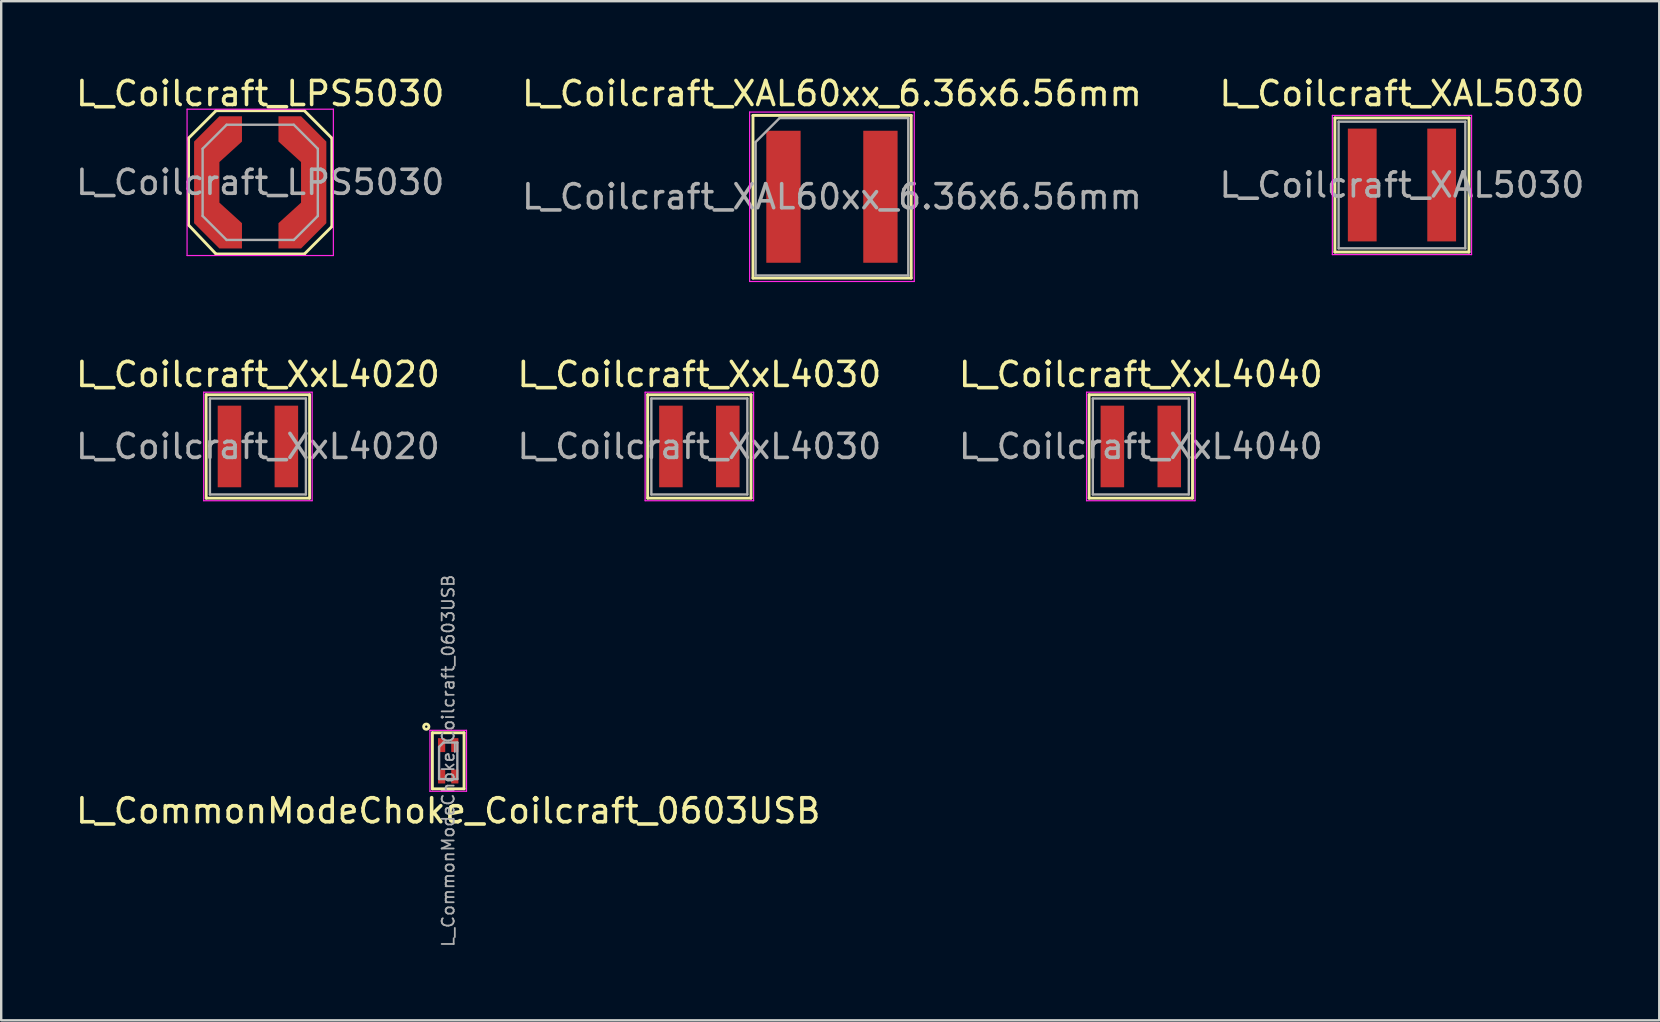
<source format=kicad_pcb>
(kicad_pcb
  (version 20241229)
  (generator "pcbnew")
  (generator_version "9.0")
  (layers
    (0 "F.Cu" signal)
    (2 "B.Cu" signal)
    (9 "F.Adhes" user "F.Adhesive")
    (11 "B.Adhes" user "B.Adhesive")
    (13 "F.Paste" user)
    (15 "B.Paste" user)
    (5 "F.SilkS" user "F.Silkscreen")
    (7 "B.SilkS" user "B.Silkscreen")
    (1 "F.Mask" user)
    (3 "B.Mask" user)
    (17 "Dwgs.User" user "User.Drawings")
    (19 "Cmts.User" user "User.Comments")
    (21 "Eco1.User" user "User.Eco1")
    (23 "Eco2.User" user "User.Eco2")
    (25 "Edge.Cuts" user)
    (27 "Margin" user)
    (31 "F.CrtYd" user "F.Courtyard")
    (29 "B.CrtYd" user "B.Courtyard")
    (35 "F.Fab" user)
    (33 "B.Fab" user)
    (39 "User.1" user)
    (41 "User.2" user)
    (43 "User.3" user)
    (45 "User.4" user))
  (footprint "L_Coilcraft_XxL4020"
    (layer "F.Cu")
    (at 7.696 15.552)
    (property "Reference" "L_Coilcraft_XxL4020" (at 0 -3 0) (layer "F.SilkS") (effects (font (size 1 1) (thickness 0.15))))
    (attr smd)
    (fp_line (start -2.159 -2.159) (end -2.154 2.154) (stroke (width 0.12) (type solid)) (layer "F.SilkS"))
    (fp_line (start -2.154 -2.154) (end 2.154 -2.154) (stroke (width 0.12) (type solid)) (layer "F.SilkS"))
    (fp_line (start 2.154 2.154) (end -2.154 2.154) (stroke (width 0.12) (type solid)) (layer "F.SilkS"))
    (fp_line (start 2.154 2.154) (end 2.154 -2.154) (stroke (width 0.12) (type solid)) (layer "F.SilkS"))
    (fp_line (start -2.26 -2.26) (end 2.26 -2.26) (stroke (width 0.05) (type solid)) (layer "F.CrtYd"))
    (fp_line (start -2.26 2.26) (end -2.26 -2.26) (stroke (width 0.05) (type solid)) (layer "F.CrtYd"))
    (fp_line (start 2.26 -2.26) (end 2.26 2.26) (stroke (width 0.05) (type solid)) (layer "F.CrtYd"))
    (fp_line (start 2.26 2.26) (end -2.26 2.26) (stroke (width 0.05) (type solid)) (layer "F.CrtYd"))
    (fp_line (start -2 -2) (end 2 -2) (stroke (width 0.1) (type solid)) (layer "F.Fab"))
    (fp_line (start -2 2) (end -2 -2) (stroke (width 0.1) (type solid)) (layer "F.Fab"))
    (fp_line (start 2 -2) (end 2 2) (stroke (width 0.1) (type solid)) (layer "F.Fab"))
    (fp_line (start 2 2) (end -2 2) (stroke (width 0.1) (type solid)) (layer "F.Fab"))
    (fp_text user "${REFERENCE}" (at 0 0 0) (layer "F.Fab") (effects (font (size 1 1) (thickness 0.15))))
    (pad "1" smd rect (at -1.185 0) (size 0.98 3.4) (layers "F.Cu" "F.Mask" "F.Paste"))
    (pad "2" smd rect (at 1.185 0) (size 0.98 3.4) (layers "F.Cu" "F.Mask" "F.Paste")))
  (footprint "L_Coilcraft_XAL5030"
    (layer "F.Cu")
    (at 55.363 4.658)
    (property "Reference" "L_Coilcraft_XAL5030" (at 0 -3.81 0) (layer "F.SilkS") (effects (font (size 1 1) (thickness 0.15))))
    (attr smd)
    (fp_line (start -2.794 -2.794) (end -2.794 2.794) (stroke (width 0.12) (type solid)) (layer "F.SilkS"))
    (fp_line (start -2.794 -2.794) (end 2.794 -2.794) (stroke (width 0.12) (type solid)) (layer "F.SilkS"))
    (fp_line (start 2.794 2.794) (end -2.794 2.794) (stroke (width 0.12) (type solid)) (layer "F.SilkS"))
    (fp_line (start 2.794 2.794) (end 2.794 -2.794) (stroke (width 0.12) (type solid)) (layer "F.SilkS"))
    (fp_line (start -2.9 -2.9) (end 2.9 -2.9) (stroke (width 0.05) (type solid)) (layer "F.CrtYd"))
    (fp_line (start -2.9 2.9) (end -2.9 -2.9) (stroke (width 0.05) (type solid)) (layer "F.CrtYd"))
    (fp_line (start 2.9 -2.9) (end 2.9 2.9) (stroke (width 0.05) (type solid)) (layer "F.CrtYd"))
    (fp_line (start 2.9 2.9) (end -2.9 2.9) (stroke (width 0.05) (type solid)) (layer "F.CrtYd"))
    (fp_line (start -2.64 -2.64) (end 2.64 -2.64) (stroke (width 0.1) (type solid)) (layer "F.Fab"))
    (fp_line (start -2.64 2.64) (end -2.64 -2.64) (stroke (width 0.1) (type solid)) (layer "F.Fab"))
    (fp_line (start 2.64 -2.64) (end 2.64 2.64) (stroke (width 0.1) (type solid)) (layer "F.Fab"))
    (fp_line (start 2.64 2.64) (end -2.64 2.64) (stroke (width 0.1) (type solid)) (layer "F.Fab"))
    (fp_text user "${REFERENCE}" (at 0 0 0) (layer "F.Fab") (effects (font (size 1 1) (thickness 0.15))))
    (pad "1" smd rect (at -1.655 0) (size 1.2 4.7) (layers "F.Cu" "F.Mask" "F.Paste"))
    (pad "2" smd rect (at 1.655 0) (size 1.2 4.7) (layers "F.Cu" "F.Mask" "F.Paste")))
  (footprint "L_Coilcraft_XxL4040"
    (layer "F.Cu")
    (at 44.482 15.552)
    (property "Reference" "L_Coilcraft_XxL4040" (at 0 -3 0) (layer "F.SilkS") (effects (font (size 1 1) (thickness 0.15))))
    (attr smd)
    (fp_line (start -2.154 -2.154) (end -2.154 2.154) (stroke (width 0.12) (type solid)) (layer "F.SilkS"))
    (fp_line (start -2.154 -2.154) (end 2.154 -2.154) (stroke (width 0.12) (type solid)) (layer "F.SilkS"))
    (fp_line (start 2.154 2.154) (end -2.154 2.154) (stroke (width 0.12) (type solid)) (layer "F.SilkS"))
    (fp_line (start 2.154 2.154) (end 2.154 -2.154) (stroke (width 0.12) (type solid)) (layer "F.SilkS"))
    (fp_line (start -2.26 -2.26) (end 2.26 -2.26) (stroke (width 0.05) (type solid)) (layer "F.CrtYd"))
    (fp_line (start -2.26 2.26) (end -2.26 -2.26) (stroke (width 0.05) (type solid)) (layer "F.CrtYd"))
    (fp_line (start 2.26 -2.26) (end 2.26 2.26) (stroke (width 0.05) (type solid)) (layer "F.CrtYd"))
    (fp_line (start 2.26 2.26) (end -2.26 2.26) (stroke (width 0.05) (type solid)) (layer "F.CrtYd"))
    (fp_line (start -2 -2) (end 2 -2) (stroke (width 0.1) (type solid)) (layer "F.Fab"))
    (fp_line (start -2 2) (end -2 -2) (stroke (width 0.1) (type solid)) (layer "F.Fab"))
    (fp_line (start 2 -2) (end 2 2) (stroke (width 0.1) (type solid)) (layer "F.Fab"))
    (fp_line (start 2 2) (end -2 2) (stroke (width 0.1) (type solid)) (layer "F.Fab"))
    (fp_text user "${REFERENCE}" (at 0 0 0) (layer "F.Fab") (effects (font (size 1 1) (thickness 0.15))))
    (pad "1" smd rect (at -1.185 0) (size 0.98 3.4) (layers "F.Cu" "F.Mask" "F.Paste"))
    (pad "2" smd rect (at 1.185 0) (size 0.98 3.4) (layers "F.Cu" "F.Mask" "F.Paste")))
  (footprint "L_Coilcraft_XxL4030"
    (layer "F.Cu")
    (at 26.089 15.552)
    (property "Reference" "L_Coilcraft_XxL4030" (at 0 -3 0) (layer "F.SilkS") (effects (font (size 1 1) (thickness 0.15))))
    (attr smd)
    (fp_line (start -2.154 -2.154) (end -2.154 2.154) (stroke (width 0.12) (type solid)) (layer "F.SilkS"))
    (fp_line (start -2.154 -2.154) (end 2.154 -2.154) (stroke (width 0.12) (type solid)) (layer "F.SilkS"))
    (fp_line (start 2.154 2.154) (end -2.154 2.154) (stroke (width 0.12) (type solid)) (layer "F.SilkS"))
    (fp_line (start 2.154 2.154) (end 2.154 -2.154) (stroke (width 0.12) (type solid)) (layer "F.SilkS"))
    (fp_line (start -2.26 -2.26) (end 2.26 -2.26) (stroke (width 0.05) (type solid)) (layer "F.CrtYd"))
    (fp_line (start -2.26 2.26) (end -2.26 -2.26) (stroke (width 0.05) (type solid)) (layer "F.CrtYd"))
    (fp_line (start 2.26 -2.26) (end 2.26 2.26) (stroke (width 0.05) (type solid)) (layer "F.CrtYd"))
    (fp_line (start 2.26 2.26) (end -2.26 2.26) (stroke (width 0.05) (type solid)) (layer "F.CrtYd"))
    (fp_line (start -2 -2) (end 2 -2) (stroke (width 0.1) (type solid)) (layer "F.Fab"))
    (fp_line (start -2 2) (end -2 -2) (stroke (width 0.1) (type solid)) (layer "F.Fab"))
    (fp_line (start 2 -2) (end 2 2) (stroke (width 0.1) (type solid)) (layer "F.Fab"))
    (fp_line (start 2 2) (end -2 2) (stroke (width 0.1) (type solid)) (layer "F.Fab"))
    (fp_text user "${REFERENCE}" (at 0 0 0) (layer "F.Fab") (effects (font (size 1 1) (thickness 0.15))))
    (pad "1" smd rect (at -1.185 0) (size 0.98 3.4) (layers "F.Cu" "F.Mask" "F.Paste"))
    (pad "2" smd rect (at 1.185 0) (size 0.98 3.4) (layers "F.Cu" "F.Mask" "F.Paste")))
  (footprint "L_Coilcraft_XAL60xx_6.36x6.56mm"
    (layer "F.Cu")
    (at 31.613 5.148)
    (property "Reference" "L_Coilcraft_XAL60xx_6.36x6.56mm" (at 0 -4.3 0) (layer "F.SilkS") (effects (font (size 1 1) (thickness 0.15))))
    (attr smd)
    (fp_line (start -3.29 -3.39) (end -3.29 3.39) (stroke (width 0.12) (type solid)) (layer "F.SilkS"))
    (fp_line (start -3.29 -3.39) (end 3.302 -3.39) (stroke (width 0.12) (type solid)) (layer "F.SilkS"))
    (fp_line (start -3.29 3.39) (end 3.302 3.39) (stroke (width 0.12) (type solid)) (layer "F.SilkS"))
    (fp_line (start 3.302 -3.39) (end 3.302 3.39) (stroke (width 0.12) (type solid)) (layer "F.SilkS"))
    (fp_line (start -3.43 -3.53) (end -3.43 3.53) (stroke (width 0.05) (type solid)) (layer "F.CrtYd"))
    (fp_line (start -3.43 -3.53) (end 3.43 -3.53) (stroke (width 0.05) (type solid)) (layer "F.CrtYd"))
    (fp_line (start -3.43 3.53) (end 3.43 3.53) (stroke (width 0.05) (type solid)) (layer "F.CrtYd"))
    (fp_line (start 3.43 -3.53) (end 3.43 3.53) (stroke (width 0.05) (type solid)) (layer "F.CrtYd"))
    (fp_line (start -3.18 -2.28) (end -3.18 3.28) (stroke (width 0.1) (type solid)) (layer "F.Fab"))
    (fp_line (start -3.18 -2.28) (end -2.18 -3.28) (stroke (width 0.1) (type solid)) (layer "F.Fab"))
    (fp_line (start -3.18 3.28) (end 3.18 3.28) (stroke (width 0.1) (type solid)) (layer "F.Fab"))
    (fp_line (start -2.18 -3.28) (end 3.18 -3.28) (stroke (width 0.1) (type solid)) (layer "F.Fab"))
    (fp_line (start 3.18 -3.28) (end 3.18 3.28) (stroke (width 0.1) (type solid)) (layer "F.Fab"))
    (fp_text user "${REFERENCE}" (at 0 0 0) (layer "F.Fab") (effects (font (size 1 1) (thickness 0.15))))
    (pad "1" smd rect (at -2.02 0) (size 1.43 5.5) (layers "F.Cu" "F.Mask" "F.Paste"))
    (pad "2" smd rect (at 2.02 0) (size 1.43 5.5) (layers "F.Cu" "F.Mask" "F.Paste")))
  (footprint "L_CommonModeChoke_Coilcraft_0603USB"
    (layer "F.Cu")
    (at 15.625 28.649)
    (property "Reference" "L_CommonModeChoke_Coilcraft_0603USB" (at 0 2.083 0) (layer "F.SilkS") (effects (font (size 1 1) (thickness 0.15))))
    (attr smd)
    (fp_line (start -0.66 -1.168) (end 0.66 -1.168) (stroke (width 0.12) (type solid)) (layer "F.SilkS"))
    (fp_line (start -0.66 1.168) (end -0.66 -1.168) (stroke (width 0.12) (type solid)) (layer "F.SilkS"))
    (fp_line (start 0.66 -1.168) (end 0.66 1.168) (stroke (width 0.12) (type solid)) (layer "F.SilkS"))
    (fp_line (start 0.66 1.168) (end -0.66 1.168) (stroke (width 0.12) (type solid)) (layer "F.SilkS"))
    (fp_circle (center -0.914 -1.422) (end -0.864 -1.422) (stroke (width 0.12) (type solid)) (fill no) (layer "F.SilkS"))
    (fp_line (start -0.762 -1.27) (end 0.762 -1.27) (stroke (width 0.05) (type solid)) (layer "F.CrtYd"))
    (fp_line (start -0.762 1.27) (end -0.762 -1.27) (stroke (width 0.05) (type solid)) (layer "F.CrtYd"))
    (fp_line (start -0.762 1.27) (end 0.762 1.27) (stroke (width 0.05) (type solid)) (layer "F.CrtYd"))
    (fp_line (start 0.762 1.27) (end 0.762 -1.27) (stroke (width 0.05) (type solid)) (layer "F.CrtYd"))
    (fp_line (start -0.38 -0.58) (end -0.38 0.76) (stroke (width 0.1) (type solid)) (layer "F.Fab"))
    (fp_line (start -0.38 -0.58) (end -0.2 -0.76) (stroke (width 0.1) (type solid)) (layer "F.Fab"))
    (fp_line (start -0.38 0.76) (end 0.38 0.76) (stroke (width 0.1) (type solid)) (layer "F.Fab"))
    (fp_line (start -0.2 -0.76) (end 0.38 -0.76) (stroke (width 0.1) (type solid)) (layer "F.Fab"))
    (fp_line (start 0.38 -0.76) (end 0.38 0.76) (stroke (width 0.1) (type solid)) (layer "F.Fab"))
    (fp_text user "${REFERENCE}" (at 0 0 90) (layer "F.Fab") (effects (font (size 0.5 0.5) (thickness 0.075))))
    (pad "1" smd roundrect (at -0.275 -0.655) (size 0.3 0.58) (layers "F.Cu" "F.Mask" "F.Paste") (roundrect_rratio 0.05))
    (pad "2" smd roundrect (at -0.275 0.655) (size 0.3 0.58) (layers "F.Cu" "F.Mask" "F.Paste") (roundrect_rratio 0.05))
    (pad "3" smd roundrect (at 0.275 0.655) (size 0.3 0.58) (layers "F.Cu" "F.Mask" "F.Paste") (roundrect_rratio 0.05))
    (pad "4" smd roundrect (at 0.275 -0.655) (size 0.3 0.58) (layers "F.Cu" "F.Mask" "F.Paste") (roundrect_rratio 0.05)))
  (footprint "L_Coilcraft_LPS5030"
    (layer "F.Cu")
    (at 7.792 4.548)
    (property "Reference" "L_Coilcraft_LPS5030" (at 0 -3.7 0) (layer "F.SilkS") (effects (font (size 1 1) (thickness 0.15))))
    (attr smd)
    (fp_line (start -2.985 -1.841) (end -1.841 -2.985) (stroke (width 0.12) (type solid)) (layer "F.SilkS"))
    (fp_line (start -2.985 -1.778) (end -2.985 -1.841) (stroke (width 0.12) (type solid)) (layer "F.SilkS"))
    (fp_line (start -2.985 1.778) (end -2.985 -1.778) (stroke (width 0.12) (type solid)) (layer "F.SilkS"))
    (fp_line (start -1.841 -2.985) (end 1.841 -2.985) (stroke (width 0.12) (type solid)) (layer "F.SilkS"))
    (fp_line (start -1.841 2.985) (end -2.985 1.778) (stroke (width 0.12) (type solid)) (layer "F.SilkS"))
    (fp_line (start 1.841 -2.985) (end 2.985 -1.841) (stroke (width 0.12) (type solid)) (layer "F.SilkS"))
    (fp_line (start 1.841 2.985) (end -1.841 2.985) (stroke (width 0.12) (type solid)) (layer "F.SilkS"))
    (fp_line (start 2.985 -1.841) (end 2.985 1.841) (stroke (width 0.12) (type solid)) (layer "F.SilkS"))
    (fp_line (start 2.985 1.841) (end 1.841 2.985) (stroke (width 0.12) (type solid)) (layer "F.SilkS"))
    (fp_line (start -3.048 -3.048) (end 3.048 -3.048) (stroke (width 0.05) (type solid)) (layer "F.CrtYd"))
    (fp_line (start -3.048 3.048) (end -3.048 -3.048) (stroke (width 0.05) (type solid)) (layer "F.CrtYd"))
    (fp_line (start 3.048 -3.048) (end 3.048 3.048) (stroke (width 0.05) (type solid)) (layer "F.CrtYd"))
    (fp_line (start 3.048 3.048) (end -3.048 3.048) (stroke (width 0.05) (type solid)) (layer "F.CrtYd"))
    (fp_line (start -2.4 -1.4) (end -1.4 -2.4) (stroke (width 0.1) (type solid)) (layer "F.Fab"))
    (fp_line (start -2.4 1.4) (end -2.4 -1.4) (stroke (width 0.1) (type solid)) (layer "F.Fab"))
    (fp_line (start -2.4 1.4) (end -1.4 2.4) (stroke (width 0.1) (type solid)) (layer "F.Fab"))
    (fp_line (start -1.4 -2.4) (end 1.4 -2.4) (stroke (width 0.1) (type solid)) (layer "F.Fab"))
    (fp_line (start 1.4 -2.4) (end 2.4 -1.4) (stroke (width 0.1) (type solid)) (layer "F.Fab"))
    (fp_line (start 1.4 2.4) (end -1.4 2.4) (stroke (width 0.1) (type solid)) (layer "F.Fab"))
    (fp_line (start 2.4 -1.4) (end 2.4 1.4) (stroke (width 0.1) (type solid)) (layer "F.Fab"))
    (fp_line (start 2.4 1.4) (end 1.4 2.4) (stroke (width 0.1) (type solid)) (layer "F.Fab"))
    (fp_text user "${REFERENCE}" (at 0 0 0) (layer "F.Fab") (effects (font (size 1 1) (thickness 0.15))))
    (pad "1" smd custom (at -2.228 0) (size 1.055 3.4) (layers "F.Cu" "F.Mask" "F.Paste") (options (anchor rect)) (primitives (gr_poly (pts (xy 1.468 -1.7) (xy 0.527 -0.845) (xy 0.527 0.845) (xy 1.468 1.7) (xy 1.468 2.755) (xy 0.527 2.755) (xy -0.527 1.7) (xy -0.527 -1.7) (xy 0.527 -2.755) (xy 1.468 -2.755)) (width 0) (fill yes))))
    (pad "2" smd custom (at 2.228 0) (size 1.055 3.4) (layers "F.Cu" "F.Mask" "F.Paste") (options (anchor rect)) (primitives (gr_poly (pts (xy 0.527 -1.7) (xy 0.527 1.7) (xy -0.527 2.755) (xy -1.468 2.755) (xy -1.468 1.7) (xy -0.527 0.845) (xy -0.527 -0.845) (xy -1.468 -1.7) (xy -1.468 -2.755) (xy -0.527 -2.755)) (width 0) (fill yes)))))
  (gr_rect
    (start -3 -3)
    (end 66.083 39.461)
    (stroke (width 0.1) (type default))
    (fill no)
    (layer "Edge.Cuts")))
</source>
